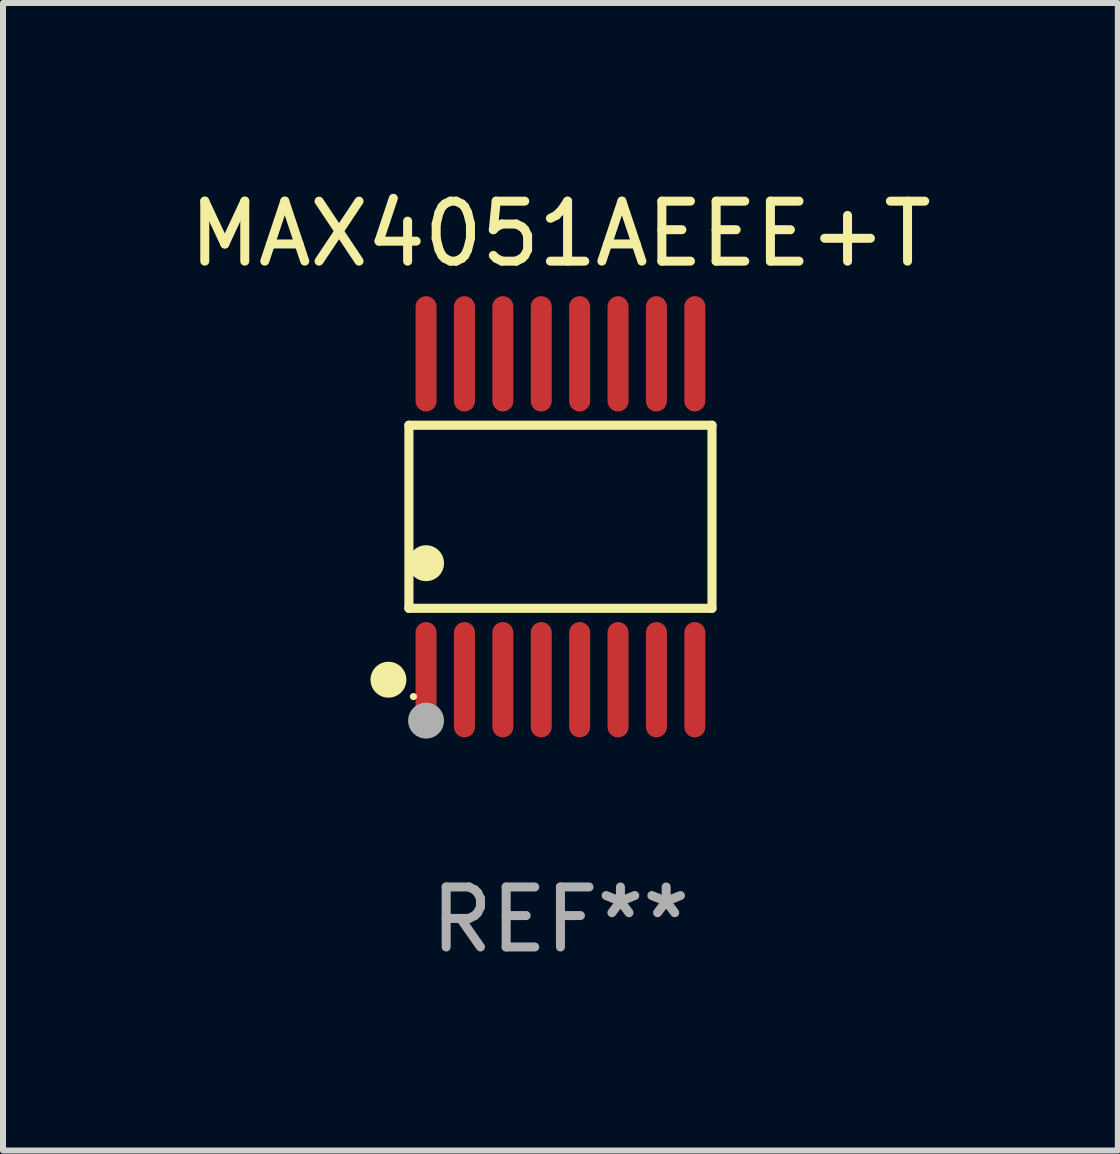
<source format=kicad_pcb>
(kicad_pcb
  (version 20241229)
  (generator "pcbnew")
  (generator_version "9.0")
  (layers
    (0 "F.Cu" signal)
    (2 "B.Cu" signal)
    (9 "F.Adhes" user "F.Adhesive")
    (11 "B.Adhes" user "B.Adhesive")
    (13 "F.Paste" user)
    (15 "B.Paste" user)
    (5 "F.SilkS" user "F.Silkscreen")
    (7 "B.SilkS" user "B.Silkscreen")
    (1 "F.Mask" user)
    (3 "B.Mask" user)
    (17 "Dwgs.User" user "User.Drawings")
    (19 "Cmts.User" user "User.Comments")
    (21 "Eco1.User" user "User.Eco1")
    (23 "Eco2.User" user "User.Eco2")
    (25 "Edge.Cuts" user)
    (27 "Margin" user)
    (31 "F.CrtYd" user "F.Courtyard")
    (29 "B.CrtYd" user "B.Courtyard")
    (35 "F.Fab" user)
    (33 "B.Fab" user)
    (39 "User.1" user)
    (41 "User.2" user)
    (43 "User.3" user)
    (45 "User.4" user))
  (footprint "MAX4051AEEE+T"
    (layer "F.Cu")
    (at 6.292 5.564)
    (property "Reference" "MAX4051AEEE+T" (at 0 -4.716 0) (layer "F.SilkS") (effects (font (size 1 1) (thickness 0.15))))
    (attr through_hole)
    (fp_line (start -2.526 -1.526) (end 2.526 -1.526) (stroke (width 0.152) (type solid)) (layer "F.SilkS"))
    (fp_line (start -2.526 1.526) (end -2.526 -1.526) (stroke (width 0.152) (type solid)) (layer "F.SilkS"))
    (fp_line (start 2.526 -1.526) (end 2.526 1.526) (stroke (width 0.152) (type solid)) (layer "F.SilkS"))
    (fp_line (start 2.526 1.526) (end -2.526 1.526) (stroke (width 0.152) (type solid)) (layer "F.SilkS"))
    (fp_circle (center -2.867 2.716) (end -2.717 2.716) (stroke (width 0.3) (type solid)) (fill no) (layer "F.SilkS"))
    (fp_circle (center -2.45 2.997) (end -2.42 2.997) (stroke (width 0.06) (type solid)) (fill no) (layer "F.SilkS"))
    (fp_circle (center -2.24 0.774) (end -2.09 0.774) (stroke (width 0.3) (type solid)) (fill no) (layer "F.SilkS"))
    (fp_circle (center -2.24 3.398) (end -2.09 3.398) (stroke (width 0.3) (type solid)) (fill no) (layer "F.Fab"))
    (fp_text user "REF**" (at 0 6.716 0) (layer "F.Fab") (effects (font (size 1 1) (thickness 0.15))))
    (pad "1" smd oval (at -2.24 2.716) (size 0.35 1.922) (layers "F.Cu" "F.Mask" "F.Paste"))
    (pad "2" smd oval (at -1.6 2.716) (size 0.35 1.922) (layers "F.Cu" "F.Mask" "F.Paste"))
    (pad "3" smd oval (at -0.96 2.716) (size 0.35 1.922) (layers "F.Cu" "F.Mask" "F.Paste"))
    (pad "4" smd oval (at -0.32 2.716) (size 0.35 1.922) (layers "F.Cu" "F.Mask" "F.Paste"))
    (pad "5" smd oval (at 0.32 2.716) (size 0.35 1.922) (layers "F.Cu" "F.Mask" "F.Paste"))
    (pad "6" smd oval (at 0.96 2.716) (size 0.35 1.922) (layers "F.Cu" "F.Mask" "F.Paste"))
    (pad "7" smd oval (at 1.6 2.716) (size 0.35 1.922) (layers "F.Cu" "F.Mask" "F.Paste"))
    (pad "8" smd oval (at 2.24 2.716) (size 0.35 1.922) (layers "F.Cu" "F.Mask" "F.Paste"))
    (pad "9" smd oval (at 2.24 -2.716) (size 0.35 1.922) (layers "F.Cu" "F.Mask" "F.Paste"))
    (pad "10" smd oval (at 1.6 -2.716) (size 0.35 1.922) (layers "F.Cu" "F.Mask" "F.Paste"))
    (pad "11" smd oval (at 0.96 -2.716) (size 0.35 1.922) (layers "F.Cu" "F.Mask" "F.Paste"))
    (pad "12" smd oval (at 0.32 -2.716) (size 0.35 1.922) (layers "F.Cu" "F.Mask" "F.Paste"))
    (pad "13" smd oval (at -0.32 -2.716) (size 0.35 1.922) (layers "F.Cu" "F.Mask" "F.Paste"))
    (pad "14" smd oval (at -0.96 -2.716) (size 0.35 1.922) (layers "F.Cu" "F.Mask" "F.Paste"))
    (pad "15" smd oval (at -1.6 -2.716) (size 0.35 1.922) (layers "F.Cu" "F.Mask" "F.Paste"))
    (pad "16" smd oval (at -2.24 -2.716) (size 0.35 1.922) (layers "F.Cu" "F.Mask" "F.Paste")))
  (gr_rect
    (start -3 -3)
    (end 15.583 16.128)
    (stroke (width 0.1) (type default))
    (fill no)
    (layer "Edge.Cuts")))
</source>
